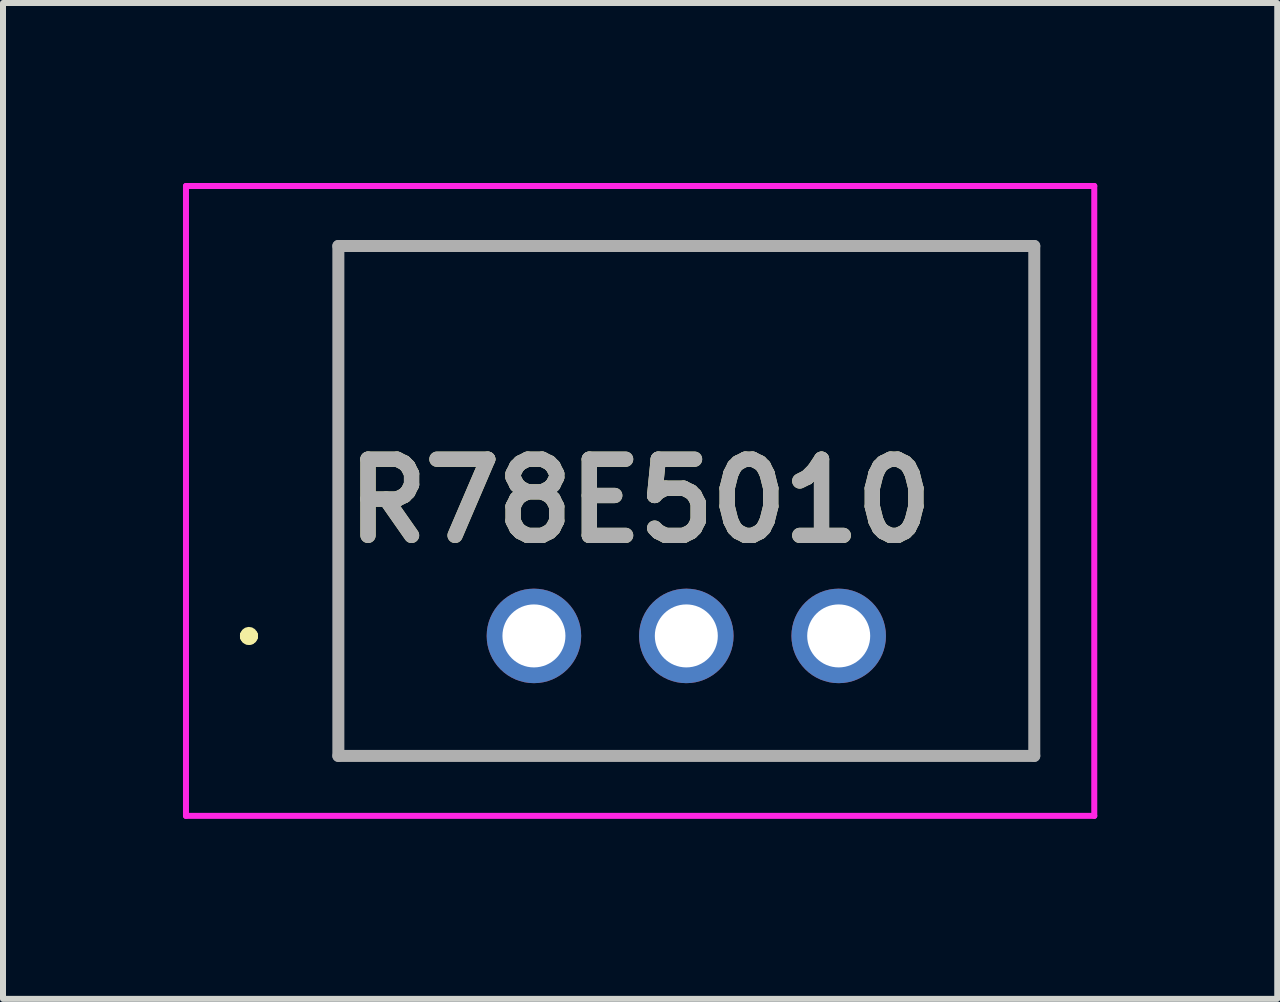
<source format=kicad_pcb>
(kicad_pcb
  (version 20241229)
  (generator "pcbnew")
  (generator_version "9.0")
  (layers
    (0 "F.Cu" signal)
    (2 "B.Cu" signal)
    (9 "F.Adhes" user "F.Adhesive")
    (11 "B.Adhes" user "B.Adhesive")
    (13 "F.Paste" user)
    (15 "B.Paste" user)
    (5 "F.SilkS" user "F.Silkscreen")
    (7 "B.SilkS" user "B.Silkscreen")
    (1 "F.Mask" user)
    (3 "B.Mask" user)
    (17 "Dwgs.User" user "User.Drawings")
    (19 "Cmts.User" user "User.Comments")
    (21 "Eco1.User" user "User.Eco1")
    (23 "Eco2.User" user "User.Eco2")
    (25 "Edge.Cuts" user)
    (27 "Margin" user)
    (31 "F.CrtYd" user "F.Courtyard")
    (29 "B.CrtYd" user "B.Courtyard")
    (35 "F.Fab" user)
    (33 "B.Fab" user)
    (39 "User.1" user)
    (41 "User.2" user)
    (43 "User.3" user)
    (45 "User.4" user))
  (footprint "R78E5010"
    (layer "F.Cu")
    (at 5.85 7.55)
    (property "Reference" "R78E5010" (at 1.77 -2.25 0) (layer "F.SilkS") (effects (font (size 1.27 1.27) (thickness 0.254))))
    (attr through_hole)
    (fp_line (start -4.8 0) (end -4.8 0) (stroke (width 0.2) (type solid)) (layer "F.SilkS"))
    (fp_line (start -4.8 0) (end -4.8 0) (stroke (width 0.2) (type solid)) (layer "F.SilkS"))
    (fp_line (start -4.7 0) (end -4.7 0) (stroke (width 0.2) (type solid)) (layer "F.SilkS"))
    (fp_line (start -3.26 -6.5) (end 8.34 -6.5) (stroke (width 0.1) (type solid)) (layer "F.SilkS"))
    (fp_line (start -3.26 2) (end -3.26 -6.5) (stroke (width 0.1) (type solid)) (layer "F.SilkS"))
    (fp_line (start 8.34 -6.5) (end 8.34 2) (stroke (width 0.1) (type solid)) (layer "F.SilkS"))
    (fp_line (start 8.34 2) (end -3.26 2) (stroke (width 0.1) (type solid)) (layer "F.SilkS"))
    (fp_arc (start -4.8 0) (mid -4.75 -0.05) (end -4.7 0) (stroke (width 0.2) (type solid)) (layer "F.SilkS"))
    (fp_arc (start -4.7 0) (mid -4.75 0.05) (end -4.8 0) (stroke (width 0.2) (type solid)) (layer "F.SilkS"))
    (fp_arc (start -4.7 0) (mid -4.75 0.05) (end -4.8 0) (stroke (width 0.2) (type solid)) (layer "F.SilkS"))
    (fp_line (start -5.8 -7.5) (end 9.34 -7.5) (stroke (width 0.1) (type solid)) (layer "F.CrtYd"))
    (fp_line (start -5.8 3) (end -5.8 -7.5) (stroke (width 0.1) (type solid)) (layer "F.CrtYd"))
    (fp_line (start 9.34 -7.5) (end 9.34 3) (stroke (width 0.1) (type solid)) (layer "F.CrtYd"))
    (fp_line (start 9.34 3) (end -5.8 3) (stroke (width 0.1) (type solid)) (layer "F.CrtYd"))
    (fp_line (start -3.26 -6.5) (end 8.34 -6.5) (stroke (width 0.2) (type solid)) (layer "F.Fab"))
    (fp_line (start -3.26 2) (end -3.26 -6.5) (stroke (width 0.2) (type solid)) (layer "F.Fab"))
    (fp_line (start 8.34 -6.5) (end 8.34 2) (stroke (width 0.2) (type solid)) (layer "F.Fab"))
    (fp_line (start 8.34 2) (end -3.26 2) (stroke (width 0.2) (type solid)) (layer "F.Fab"))
    (fp_text user "${REFERENCE}" (at 1.77 -2.25 0) (layer "F.Fab") (effects (font (size 1.27 1.27) (thickness 0.254))))
    (pad "1" thru_hole circle (at 0 0) (size 1.575 1.575) (drill 1.05) (layers "*.Cu" "*.Mask"))
    (pad "2" thru_hole circle (at 2.54 0) (size 1.575 1.575) (drill 1.05) (layers "*.Cu" "*.Mask"))
    (pad "3" thru_hole circle (at 5.08 0) (size 1.575 1.575) (drill 1.05) (layers "*.Cu" "*.Mask")))
  (gr_rect
    (start -3 -3)
    (end 18.24 13.6)
    (stroke (width 0.1) (type default))
    (fill no)
    (layer "Edge.Cuts")))
</source>
